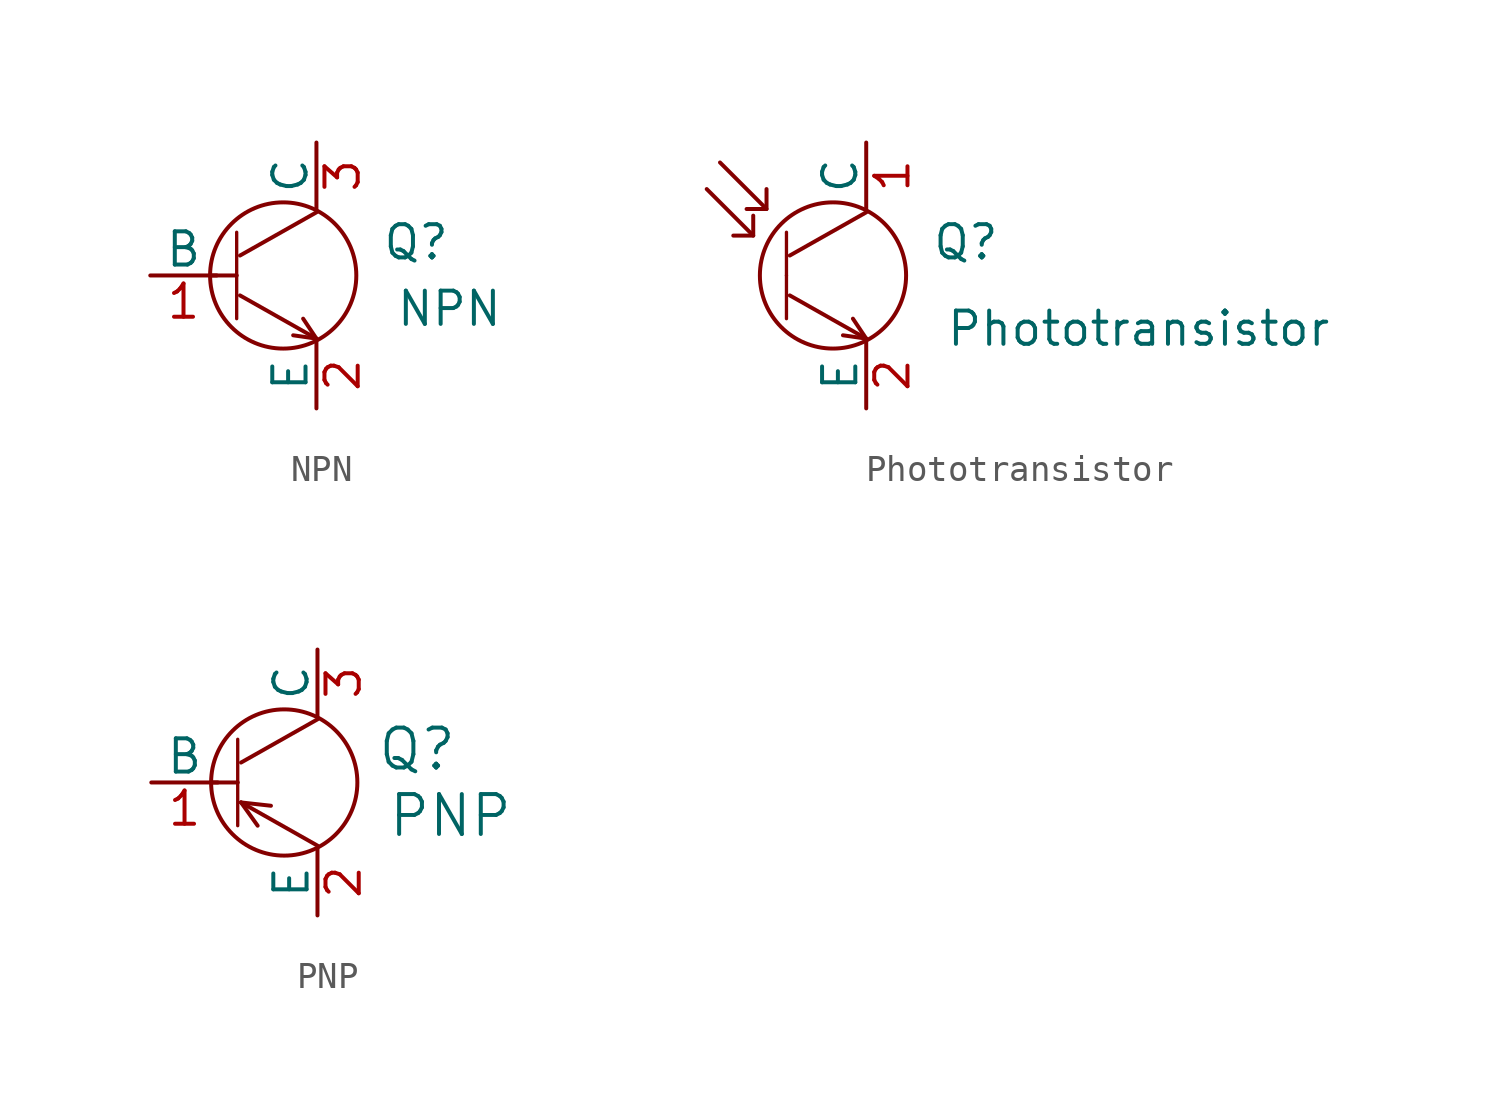
<source format=kicad_sym>
(kicad_symbol_lib
  (version 20211014)
  (generator kicad_symbol_editor)
  (symbol "NPN"
    (pin_names
      (offset 0))
    (property "Reference" "Q"
      (at 5.08 1.27 0)
      (effects (font (size 1.27 1.27))))
    (property "Value" "NPN"
      (at 6.35 -1.27 0)
      (effects (font (size 1.27 1.27))))
    (symbol "NPN_0_1"
      (polyline (pts (xy -1.778 0) (xy -1.778 -1.651)) (stroke (width 0.127) (type default) (color 0 0 0 0)) (fill (type none)))
      (polyline (pts (xy -1.778 0) (xy -2.794 0) (xy -2.794 0)) (stroke (width 0) (type default) (color 0 0 0 0)) (fill (type none)))
      (polyline (pts (xy -1.778 0) (xy -1.778 1.651) (xy -1.778 1.651)) (stroke (width 0.127) (type default) (color 0 0 0 0)) (fill (type none)))
      (polyline (pts (xy 1.27 -2.413) (xy -1.651 -0.762) (xy -1.651 -0.762)) (stroke (width 0) (type default) (color 0 0 0 0)) (fill (type none)))
      (polyline (pts (xy 1.27 -2.413) (xy 0.381 -2.286) (xy 0.381 -2.286)) (stroke (width 0) (type default) (color 0 0 0 0)) (fill (type none)))
      (polyline (pts (xy 1.27 -2.413) (xy 0.762 -1.651) (xy 0.762 -1.651)) (stroke (width 0) (type default) (color 0 0 0 0)) (fill (type none)))
      (polyline (pts (xy 1.27 2.413) (xy -1.651 0.762) (xy -1.651 0.762)) (stroke (width 0) (type default) (color 0 0 0 0)) (fill (type none)))
      (circle (center 0 0) (radius 2.794) (stroke (width 0) (type default) (color 0 0 0 0)) (fill (type none))))
    (symbol "NPN_1_1"
      (pin passive line (at -5.08 0 0) (length 2.54) (name "B" (effects (font (size 1.27 1.27)))) (number "1" (effects (font (size 1.27 1.27)))))
      (pin passive line (at 1.27 -5.08 90) (length 2.54) (name "E" (effects (font (size 1.27 1.27)))) (number "2" (effects (font (size 1.27 1.27)))))
      (pin passive line (at 1.27 5.08 270) (length 2.54) (name "C" (effects (font (size 1.27 1.27)))) (number "3" (effects (font (size 1.27 1.27)))))))
  (symbol "Phototransistor"
    (pin_names
      (offset 0))
    (property "Reference" "Q"
      (at 5.08 1.27 0)
      (effects (font (size 1.27 1.27))))
    (property "Value" "Phototransistor"
      (at 11.684 -2.032 0)
      (effects (font (size 1.27 1.27))))
    (property "Footprint" ""
      (at 0 0 0)
      (effects (font (size 1.524 1.524))))
    (property "Datasheet" ""
      (at 0 0 0)
      (effects (font (size 1.524 1.524))))
    (symbol "Phototransistor_0_1"
      (polyline (pts (xy -3.048 1.524) (xy -4.826 3.302)) (stroke (width 0) (type default) (color 0 0 0 0)) (fill (type none)))
      (polyline (pts (xy -2.54 2.54) (xy -4.318 4.318)) (stroke (width 0) (type default) (color 0 0 0 0)) (fill (type none)))
      (polyline (pts (xy -1.778 0) (xy -1.778 -1.651)) (stroke (width 0.127) (type default) (color 0 0 0 0)) (fill (type none)))
      (polyline (pts (xy -3.048 2.286) (xy -3.048 1.524) (xy -3.81 1.524)) (stroke (width 0) (type default) (color 0 0 0 0)) (fill (type none)))
      (polyline (pts (xy -2.54 3.302) (xy -2.54 2.54) (xy -3.302 2.54)) (stroke (width 0) (type default) (color 0 0 0 0)) (fill (type none)))
      (polyline (pts (xy -1.778 0) (xy -1.778 1.651) (xy -1.778 1.651)) (stroke (width 0.127) (type default) (color 0 0 0 0)) (fill (type none)))
      (polyline (pts (xy 1.27 -2.413) (xy -1.651 -0.762) (xy -1.651 -0.762)) (stroke (width 0) (type default) (color 0 0 0 0)) (fill (type none)))
      (polyline (pts (xy 1.27 -2.413) (xy 0.381 -2.286) (xy 0.381 -2.286)) (stroke (width 0) (type default) (color 0 0 0 0)) (fill (type none)))
      (polyline (pts (xy 1.27 -2.413) (xy 0.762 -1.651) (xy 0.762 -1.651)) (stroke (width 0) (type default) (color 0 0 0 0)) (fill (type none)))
      (polyline (pts (xy 1.27 2.413) (xy -1.651 0.762) (xy -1.651 0.762)) (stroke (width 0) (type default) (color 0 0 0 0)) (fill (type none)))
      (circle (center 0 0) (radius 2.794) (stroke (width 0) (type default) (color 0 0 0 0)) (fill (type none))))
    (symbol "Phototransistor_1_1"
      (pin passive line (at 1.27 5.08 270) (length 2.54) (name "C" (effects (font (size 1.27 1.27)))) (number "1" (effects (font (size 1.27 1.27)))))
      (pin passive line (at 1.27 -5.08 90) (length 2.54) (name "E" (effects (font (size 1.27 1.27)))) (number "2" (effects (font (size 1.27 1.27)))))))
  (symbol "PNP"
    (pin_names
      (offset 0))
    (property "Reference" "Q"
      (at 5.08 1.27 0)
      (effects (font (size 1.524 1.524))))
    (property "Value" "PNP"
      (at 6.35 -1.27 0)
      (effects (font (size 1.524 1.524))))
    (symbol "PNP_0_1"
      (polyline (pts (xy -1.778 0) (xy -1.778 -1.651)) (stroke (width 0.127) (type default) (color 0 0 0 0)) (fill (type none)))
      (polyline (pts (xy -1.651 -0.762) (xy -1.016 -1.651)) (stroke (width 0) (type default) (color 0 0 0 0)) (fill (type none)))
      (polyline (pts (xy -1.651 -0.762) (xy -0.508 -0.889)) (stroke (width 0) (type default) (color 0 0 0 0)) (fill (type none)))
      (polyline (pts (xy -1.778 0) (xy -2.794 0) (xy -2.794 0)) (stroke (width 0) (type default) (color 0 0 0 0)) (fill (type none)))
      (polyline (pts (xy -1.778 0) (xy -1.778 1.651) (xy -1.778 1.651)) (stroke (width 0.127) (type default) (color 0 0 0 0)) (fill (type none)))
      (polyline (pts (xy 1.27 -2.413) (xy -1.651 -0.762) (xy -1.651 -0.762)) (stroke (width 0) (type default) (color 0 0 0 0)) (fill (type none)))
      (polyline (pts (xy 1.27 2.413) (xy -1.651 0.762) (xy -1.651 0.762)) (stroke (width 0) (type default) (color 0 0 0 0)) (fill (type none)))
      (circle (center 0 0) (radius 2.794) (stroke (width 0) (type default) (color 0 0 0 0)) (fill (type none))))
    (symbol "PNP_1_1"
      (pin passive line (at -5.08 0 0) (length 2.54) (name "B" (effects (font (size 1.27 1.27)))) (number "1" (effects (font (size 1.27 1.27)))))
      (pin passive line (at 1.27 -5.08 90) (length 2.54) (name "E" (effects (font (size 1.27 1.27)))) (number "2" (effects (font (size 1.27 1.27)))))
      (pin passive line (at 1.27 5.08 270) (length 2.54) (name "C" (effects (font (size 1.27 1.27)))) (number "3" (effects (font (size 1.27 1.27))))))))
</source>
